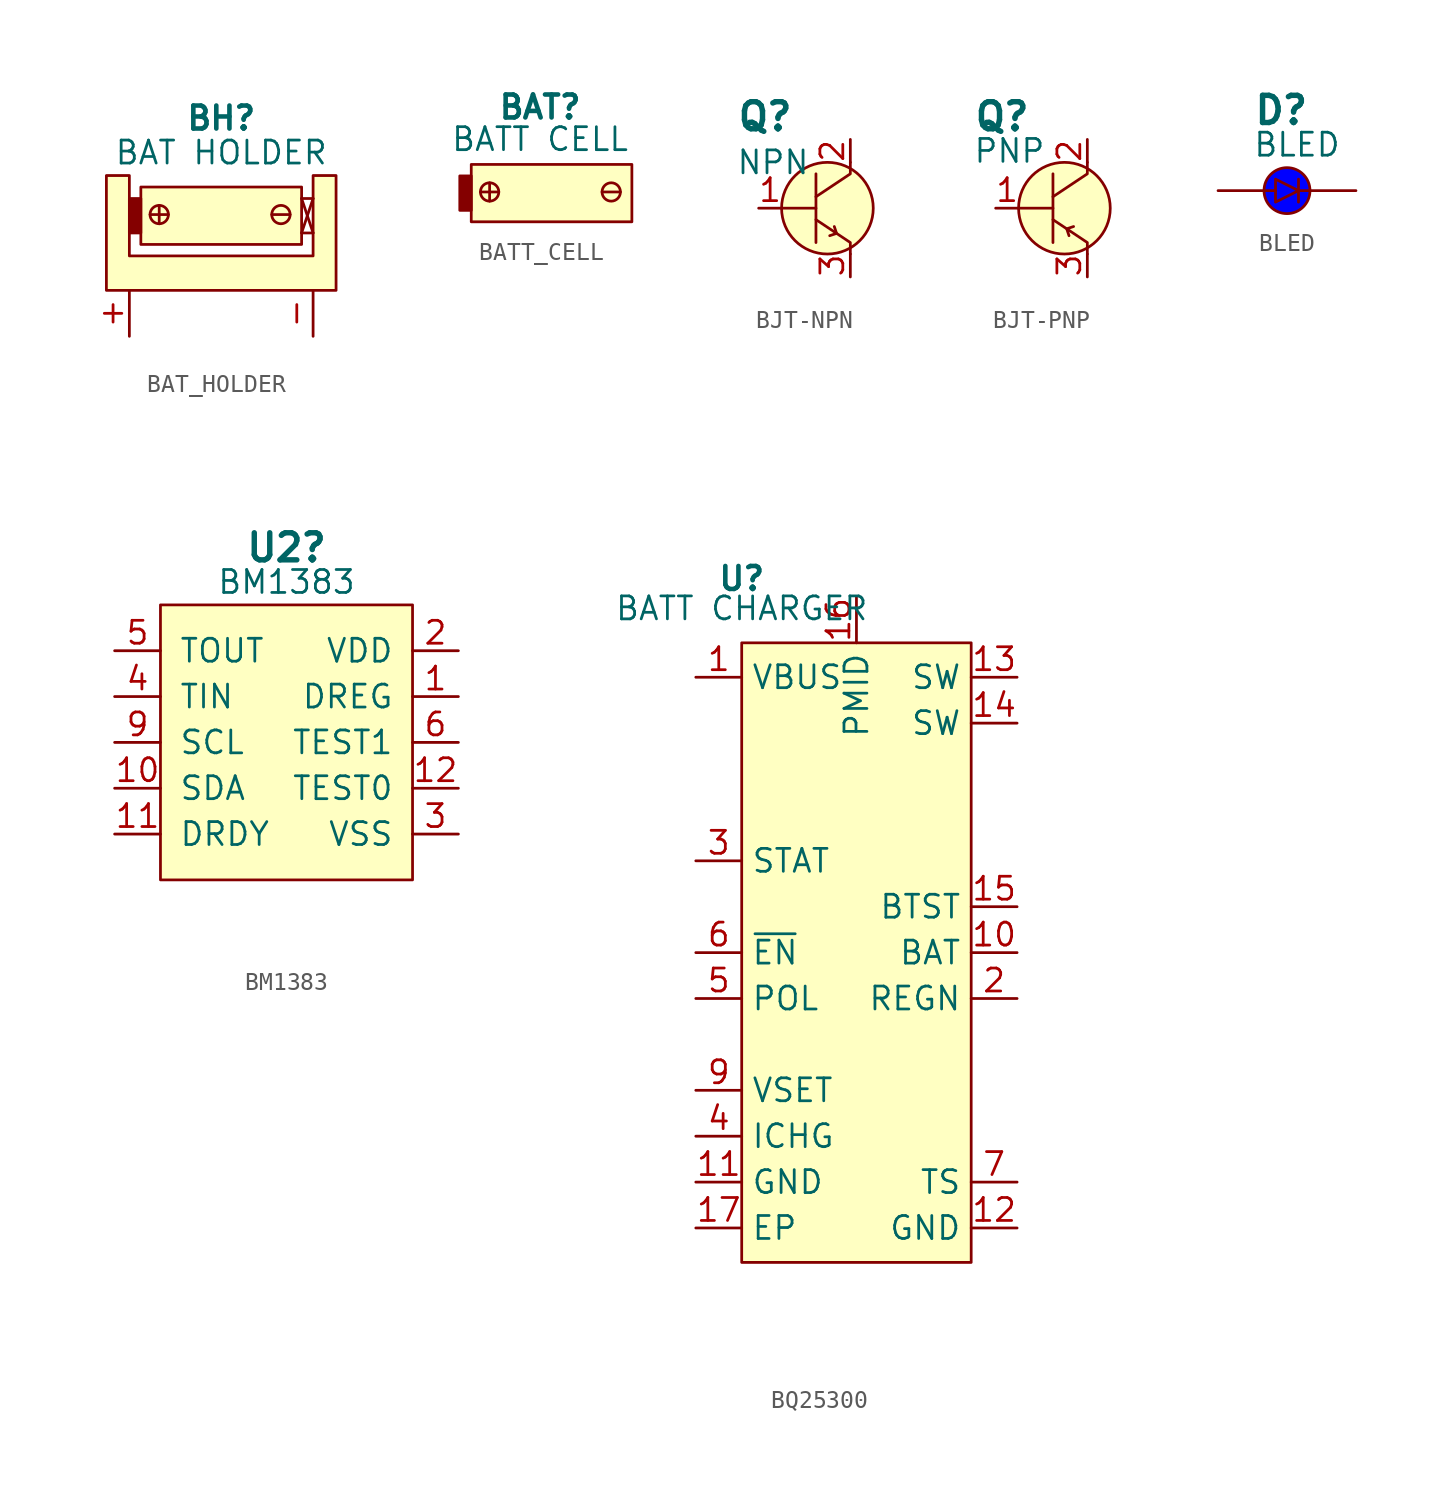
<source format=kicad_sym>
(kicad_symbol_lib
  (version 20231120)
  (generator "kicad_symbol_editor")
  (generator_version "8.0")
  (symbol "BAT_HOLDER"
    (pin_names hide)
    (property "Reference" "BH"
      (at 0 0 0)
      (effects (font (size 1.27 1.27) (bold yes))))
    (property "Value" "BAT HOLDER"
      (at 0 -1.905 0)
      (effects (font (size 1.27 1.27))))
    (symbol "BAT_HOLDER_0_1"
      (circle (center -3.429 -5.334) (radius 0.508) (stroke (width 0) (type default)) (fill (type none)))
      (polyline (pts (xy -3.937 -5.334) (xy -2.921 -5.334)) (stroke (width 0) (type default)) (fill (type none)))
      (polyline (pts (xy -3.429 -4.826) (xy -3.429 -5.842)) (stroke (width 0) (type default)) (fill (type none)))
      (polyline (pts (xy 2.794 -5.334) (xy 3.81 -5.334)) (stroke (width 0) (type default)) (fill (type none)))
      (polyline (pts (xy 4.445 -6.35) (xy 5.08 -6.35)) (stroke (width 0) (type default)) (fill (type none)))
      (polyline (pts (xy 4.445 -6.35) (xy 5.08 -4.445)) (stroke (width 0) (type default)) (fill (type none)))
      (polyline (pts (xy 4.445 -4.445) (xy 5.08 -6.35)) (stroke (width 0) (type default)) (fill (type none)))
      (polyline (pts (xy 4.445 -4.445) (xy 5.08 -4.445)) (stroke (width 0) (type default)) (fill (type none)))
      (circle (center 3.302 -5.334) (radius 0.508) (stroke (width 0) (type default)) (fill (type none))))
    (symbol "BAT_HOLDER_1_1"
      (rectangle (start -5.08 -4.445) (end -4.445 -6.35) (stroke (width 0) (type default)) (fill (type outline)))
      (rectangle (start -4.445 -3.81) (end 4.445 -6.985) (stroke (width 0) (type default)) (fill (type background)))
      (polyline (pts (xy -6.35 -3.175) (xy -6.35 -9.525) (xy 6.35 -9.525) (xy 6.35 -3.175) (xy 5.08 -3.175) (xy 5.08 -7.62) (xy -5.08 -7.62) (xy -5.08 -3.175) (xy -6.35 -3.175)) (stroke (width 0) (type default)) (fill (type background)))
      (pin passive line (at -5.08 -12.065 90) (length 2.54) (name "+" (effects (font (size 1.27 1.27)))) (number "+" (effects (font (size 1.27 1.27)))))
      (pin passive line (at 5.08 -12.065 90) (length 2.54) (name "-" (effects (font (size 1.27 1.27)))) (number "-" (effects (font (size 1.27 1.27)))))))
  (symbol "BATT_CELL"
    (property "Reference" "BAT"
      (at 0 0 0)
      (effects (font (size 1.27 1.27) (bold yes))))
    (property "Value" "BATT CELL"
      (at 0 -1.778 0)
      (effects (font (size 1.27 1.27))))
    (symbol "BATT_CELL_0_1"
      (circle (center -2.794 -4.699) (radius 0.508) (stroke (width 0) (type default)) (fill (type none)))
      (polyline (pts (xy -3.302 -4.699) (xy -2.286 -4.699)) (stroke (width 0) (type default)) (fill (type none)))
      (polyline (pts (xy -2.794 -4.191) (xy -2.794 -5.207)) (stroke (width 0) (type default)) (fill (type none)))
      (polyline (pts (xy 3.429 -4.699) (xy 4.445 -4.699)) (stroke (width 0) (type default)) (fill (type none)))
      (circle (center 3.937 -4.699) (radius 0.508) (stroke (width 0) (type default)) (fill (type none))))
    (symbol "BATT_CELL_1_1"
      (rectangle (start -4.445 -3.81) (end -3.81 -5.715) (stroke (width 0) (type default)) (fill (type outline)))
      (rectangle (start -3.81 -3.175) (end 5.08 -6.35) (stroke (width 0) (type default)) (fill (type background)))))
  (symbol "BJT-NPN"
    (pin_names hide)
    (property "Reference" "Q"
      (at 0 0 0)
      (effects (font (size 1.5 1.5) (bold yes)) (justify left)))
    (property "Value" "NPN"
      (at 0 -2.54 0)
      (effects (font (size 1.27 1.27)) (justify left)))
    (symbol "BJT-NPN_0_1"
      (polyline (pts (xy 2.54 -5.08) (xy 4.445 -5.08)) (stroke (width 0) (type default)) (fill (type none)))
      (polyline (pts (xy 4.445 -3.175) (xy 4.445 -6.985)) (stroke (width 0) (type default)) (fill (type none)))
      (polyline (pts (xy 4.445 -5.715) (xy 6.35 -6.985) (xy 6.35 -7.62)) (stroke (width 0) (type default)) (fill (type none)))
      (polyline (pts (xy 5.207 -6.604) (xy 5.588 -6.477) (xy 5.461 -6.096)) (stroke (width 0) (type default)) (fill (type none)))
      (polyline (pts (xy 6.35 -2.54) (xy 6.35 -3.175) (xy 4.445 -4.445)) (stroke (width 0) (type default)) (fill (type none))))
    (symbol "BJT-NPN_1_1"
      (circle (center 5.08 -5.08) (radius 2.54) (stroke (width 0) (type default)) (fill (type background)))
      (pin bidirectional line (at 1.27 -5.08 0) (length 1.27) (name "G" (effects (font (size 1.27 1.27)))) (number "1" (effects (font (size 1.27 1.27)))))
      (pin bidirectional line (at 6.35 -1.27 270) (length 1.27) (name "D" (effects (font (size 1.27 1.27)))) (number "2" (effects (font (size 1.27 1.27)))))
      (pin bidirectional line (at 6.35 -8.89 90) (length 1.27) (name "S" (effects (font (size 1.27 1.27)))) (number "3" (effects (font (size 1.27 1.27)))))))
  (symbol "BJT-PNP"
    (pin_names hide)
    (property "Reference" "Q"
      (at 0 0 0)
      (effects (font (size 1.5 1.5) (bold yes)) (justify left)))
    (property "Value" "PNP"
      (at 0 -1.905 0)
      (effects (font (size 1.27 1.27)) (justify left)))
    (symbol "BJT-PNP_0_1"
      (polyline (pts (xy 2.54 -5.08) (xy 4.445 -5.08)) (stroke (width 0) (type default)) (fill (type none)))
      (polyline (pts (xy 4.445 -3.175) (xy 4.445 -6.985)) (stroke (width 0) (type default)) (fill (type none)))
      (polyline (pts (xy 4.445 -5.715) (xy 6.35 -6.985) (xy 6.35 -7.62)) (stroke (width 0) (type default)) (fill (type none)))
      (polyline (pts (xy 5.588 -6.096) (xy 5.207 -6.223) (xy 5.334 -6.604)) (stroke (width 0) (type default)) (fill (type none)))
      (polyline (pts (xy 6.35 -2.54) (xy 6.35 -3.175) (xy 4.445 -4.445)) (stroke (width 0) (type default)) (fill (type none))))
    (symbol "BJT-PNP_1_1"
      (circle (center 5.08 -5.08) (radius 2.54) (stroke (width 0) (type default)) (fill (type background)))
      (pin bidirectional line (at 1.27 -5.08 0) (length 1.27) (name "G" (effects (font (size 1.27 1.27)))) (number "1" (effects (font (size 1.27 1.27)))))
      (pin bidirectional line (at 6.35 -1.27 270) (length 1.27) (name "D" (effects (font (size 1.27 1.27)))) (number "2" (effects (font (size 1.27 1.27)))))
      (pin bidirectional line (at 6.35 -8.89 90) (length 1.27) (name "S" (effects (font (size 1.27 1.27)))) (number "3" (effects (font (size 1.27 1.27)))))))
  (symbol "BLED"
    (pin_numbers hide)
    (pin_names hide)
    (property "Reference" "D"
      (at 0 0 0)
      (effects (font (size 1.5 1.5) (bold yes)) (justify left)))
    (property "Value" "BLED"
      (at 0 -1.905 0)
      (effects (font (size 1.27 1.27)) (justify left)))
    (symbol "BLED_0_1"
      (polyline (pts (xy 0.635 -4.445) (xy 1.27 -4.445)) (stroke (width 0) (type default)) (fill (type none)))
      (polyline (pts (xy 2.54 -4.445) (xy 3.175 -4.445)) (stroke (width 0) (type default)) (fill (type none)))
      (polyline (pts (xy 2.54 -3.81) (xy 2.54 -5.08)) (stroke (width 0) (type default)) (fill (type none))))
    (symbol "BLED_1_1"
      (polyline (pts (xy 1.27 -3.81) (xy 1.27 -5.08) (xy 2.54 -4.445) (xy 1.27 -3.81)) (stroke (width 0) (type default)) (fill (type none)))
      (circle (center 1.905 -4.445) (radius 1.27) (stroke (width 0) (type default)) (fill (type color) (color 0 0 255 1)))
      (pin bidirectional line (at -1.905 -4.445 0) (length 2.54) (name "A" (effects (font (size 1.27 1.27)))) (number "A" (effects (font (size 1.27 1.27)))))
      (pin bidirectional line (at 5.715 -4.445 180) (length 2.54) (name "K" (effects (font (size 1.27 1.27)))) (number "K" (effects (font (size 1.27 1.27)))))))
  (symbol "BM1383"
    (pin_names
      (offset 1.016))
    (property "Reference" "U2"
      (at 6.985 8.255 0)
      (effects (font (size 1.5 1.5) (bold yes))))
    (property "Value" "BM1383"
      (at 6.985 6.35 0)
      (effects (font (size 1.27 1.27))))
    (symbol "BM1383_1_0"
      (pin passive line (at 16.51 0 180) (length 2.54) (name "DREG" (effects (font (size 1.27 1.27)))) (number "1" (effects (font (size 1.27 1.27)))))
      (pin bidirectional line (at -2.54 -5.08 0) (length 2.54) (name "SDA" (effects (font (size 1.27 1.27)))) (number "10" (effects (font (size 1.27 1.27)))))
      (pin output line (at -2.54 -7.62 0) (length 2.54) (name "DRDY" (effects (font (size 1.27 1.27)))) (number "11" (effects (font (size 1.27 1.27)))))
      (pin input line (at 16.51 -5.08 180) (length 2.54) (name "TEST0" (effects (font (size 1.27 1.27)))) (number "12" (effects (font (size 1.27 1.27)))))
      (pin power_in line (at 16.51 2.54 180) (length 2.54) (name "VDD" (effects (font (size 1.27 1.27)))) (number "2" (effects (font (size 1.27 1.27)))))
      (pin power_in line (at 16.51 -7.62 180) (length 2.54) (name "VSS" (effects (font (size 1.27 1.27)))) (number "3" (effects (font (size 1.27 1.27)))))
      (pin input line (at -2.54 0 0) (length 2.54) (name "TIN" (effects (font (size 1.27 1.27)))) (number "4" (effects (font (size 1.27 1.27)))))
      (pin output line (at -2.54 2.54 0) (length 2.54) (name "TOUT" (effects (font (size 1.27 1.27)))) (number "5" (effects (font (size 1.27 1.27)))))
      (pin input line (at 16.51 -2.54 180) (length 2.54) (name "TEST1" (effects (font (size 1.27 1.27)))) (number "6" (effects (font (size 1.27 1.27)))))
      (pin no_connect line (at 8.89 -12.7 90) (length 2.54) hide (name "NC0" (effects (font (size 1.27 1.27)))) (number "7" (effects (font (size 1.27 1.27)))))
      (pin no_connect line (at 6.35 -12.7 90) (length 2.54) hide (name "NC1" (effects (font (size 1.27 1.27)))) (number "8" (effects (font (size 1.27 1.27)))))
      (pin input line (at -2.54 -2.54 0) (length 2.54) (name "SCL" (effects (font (size 1.27 1.27)))) (number "9" (effects (font (size 1.27 1.27))))))
    (symbol "BM1383_1_1"
      (rectangle (start 0 5.08) (end 13.97 -10.16) (stroke (width 0) (type default)) (fill (type background)))))
  (symbol "BQ25300"
    (property "Reference" "U"
      (at 0 0.381 0)
      (effects (font (size 1.27 1.27) (bold yes))))
    (property "Value" "BATT CHARGER"
      (at 0 -1.27 0)
      (effects (font (size 1.27 1.27))))
    (symbol "BQ25300_1_1"
      (rectangle (start 0 -3.175) (end 12.7 -37.465) (stroke (width 0) (type default)) (fill (type background)))
      (pin power_in line (at -2.54 -5.08 0) (length 2.54) (name "VBUS" (effects (font (size 1.27 1.27)))) (number "1" (effects (font (size 1.27 1.27)))))
      (pin passive line (at 15.24 -20.32 180) (length 2.54) (name "BAT" (effects (font (size 1.27 1.27)))) (number "10" (effects (font (size 1.27 1.27)))))
      (pin passive line (at -2.54 -33.02 0) (length 2.54) (name "GND" (effects (font (size 1.27 1.27)))) (number "11" (effects (font (size 1.27 1.27)))))
      (pin passive line (at 15.24 -35.56 180) (length 2.54) (name "GND" (effects (font (size 1.27 1.27)))) (number "12" (effects (font (size 1.27 1.27)))))
      (pin output line (at 15.24 -5.08 180) (length 2.54) (name "SW" (effects (font (size 1.27 1.27)))) (number "13" (effects (font (size 1.27 1.27)))))
      (pin output line (at 15.24 -7.62 180) (length 2.54) (name "SW" (effects (font (size 1.27 1.27)))) (number "14" (effects (font (size 1.27 1.27)))))
      (pin passive line (at 15.24 -17.78 180) (length 2.54) (name "BTST" (effects (font (size 1.27 1.27)))) (number "15" (effects (font (size 1.27 1.27)))))
      (pin passive line (at 6.35 -0.635 270) (length 2.54) (name "PMID" (effects (font (size 1.27 1.27)))) (number "16" (effects (font (size 1.27 1.27)))))
      (pin passive line (at -2.54 -35.56 0) (length 2.54) (name "EP" (effects (font (size 1.27 1.27)))) (number "17" (effects (font (size 1.27 1.27)))))
      (pin power_out line (at 15.24 -22.86 180) (length 2.54) (name "REGN" (effects (font (size 1.27 1.27)))) (number "2" (effects (font (size 1.27 1.27)))))
      (pin output line (at -2.54 -15.24 0) (length 2.54) (name "STAT" (effects (font (size 1.27 1.27)))) (number "3" (effects (font (size 1.27 1.27)))))
      (pin passive line (at -2.54 -30.48 0) (length 2.54) (name "ICHG" (effects (font (size 1.27 1.27)))) (number "4" (effects (font (size 1.27 1.27)))))
      (pin passive line (at -2.54 -22.86 0) (length 2.54) (name "POL" (effects (font (size 1.27 1.27)))) (number "5" (effects (font (size 1.27 1.27)))))
      (pin input line (at -2.54 -20.32 0) (length 2.54) (name "~{EN}" (effects (font (size 1.27 1.27)))) (number "6" (effects (font (size 1.27 1.27)))))
      (pin passive line (at 15.24 -33.02 180) (length 2.54) (name "TS" (effects (font (size 1.27 1.27)))) (number "7" (effects (font (size 1.27 1.27)))))
      (pin no_connect line (at 6.35 -40.005 90) (length 2.54) hide (name "NC" (effects (font (size 1.27 1.27)))) (number "8" (effects (font (size 1.27 1.27)))))
      (pin passive line (at -2.54 -27.94 0) (length 2.54) (name "VSET" (effects (font (size 1.27 1.27)))) (number "9" (effects (font (size 1.27 1.27))))))))
</source>
